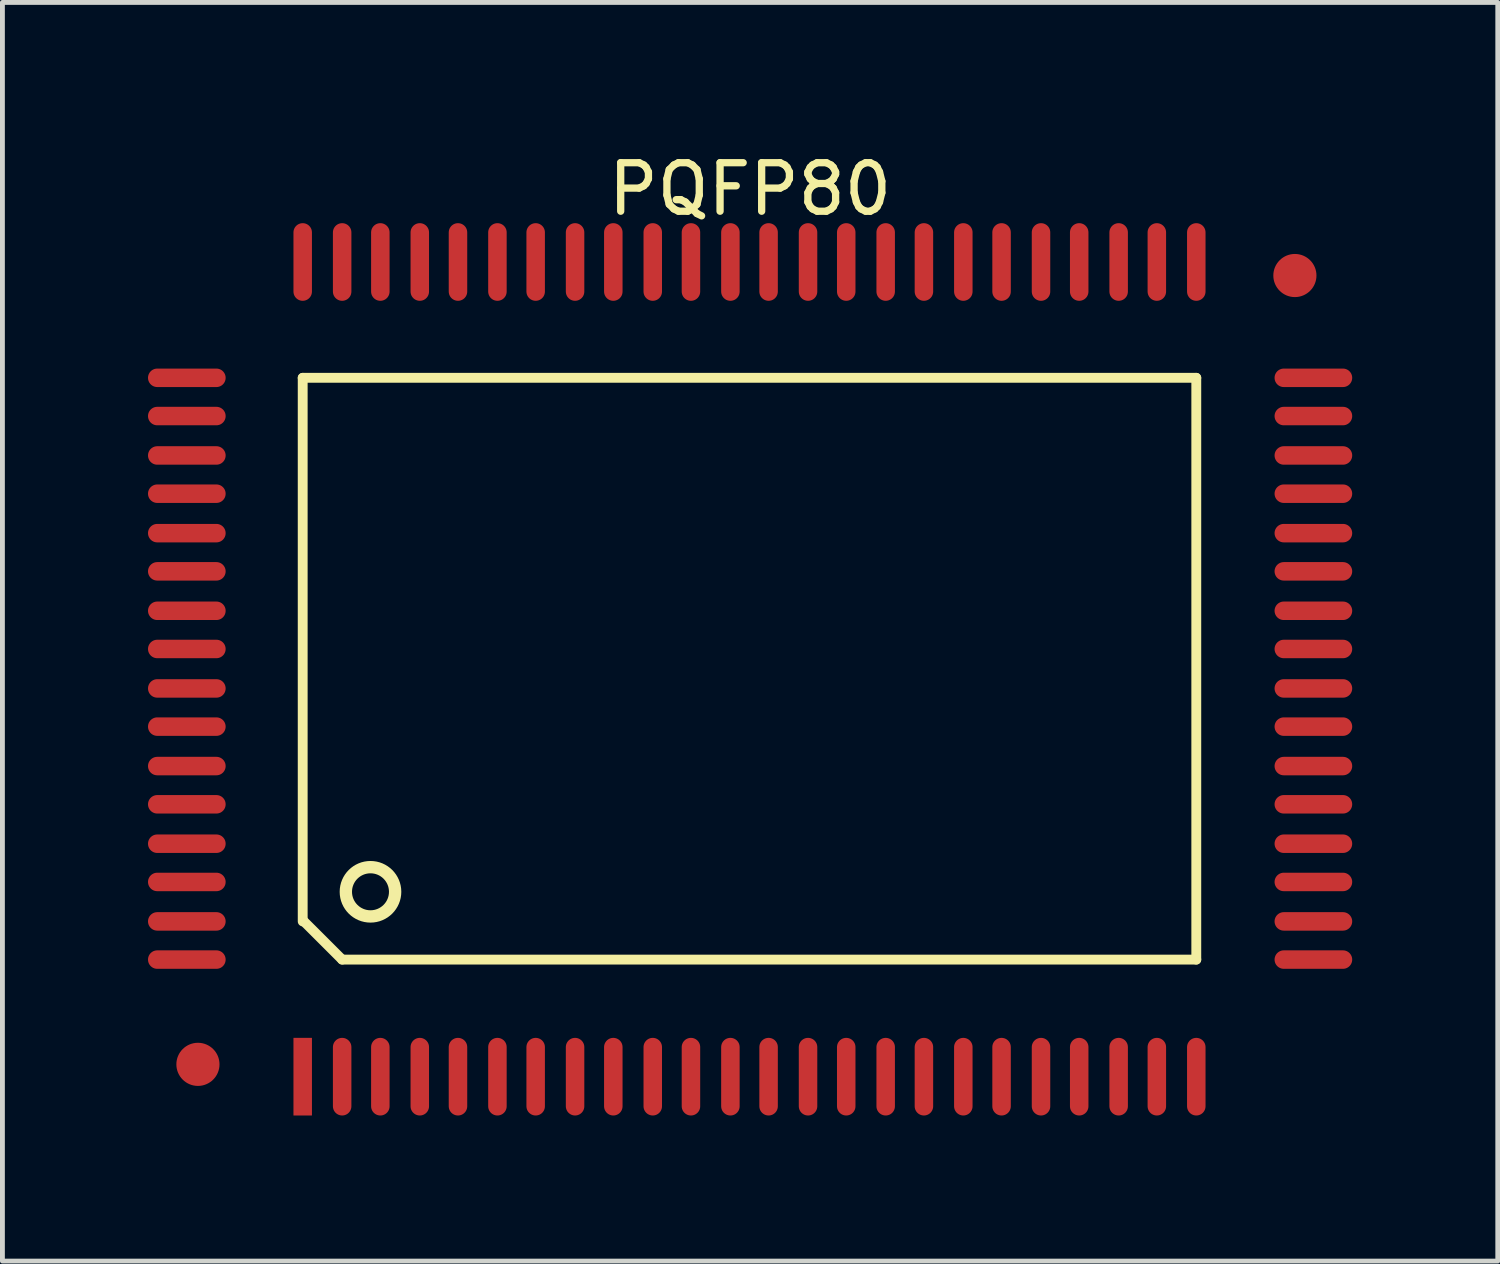
<source format=kicad_pcb>
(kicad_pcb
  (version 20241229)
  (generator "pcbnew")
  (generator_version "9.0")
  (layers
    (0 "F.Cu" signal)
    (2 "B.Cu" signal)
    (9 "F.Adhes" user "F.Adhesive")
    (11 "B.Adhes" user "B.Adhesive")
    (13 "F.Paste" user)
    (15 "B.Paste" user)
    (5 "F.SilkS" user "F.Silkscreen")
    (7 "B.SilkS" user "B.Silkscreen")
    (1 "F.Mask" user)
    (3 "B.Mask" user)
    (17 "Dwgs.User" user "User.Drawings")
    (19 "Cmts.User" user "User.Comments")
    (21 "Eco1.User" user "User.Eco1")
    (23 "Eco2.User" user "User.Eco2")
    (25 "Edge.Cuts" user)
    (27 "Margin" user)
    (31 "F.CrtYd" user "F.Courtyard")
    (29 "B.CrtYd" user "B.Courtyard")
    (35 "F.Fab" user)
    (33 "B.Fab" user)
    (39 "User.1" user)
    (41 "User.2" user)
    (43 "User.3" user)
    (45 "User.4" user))
  (footprint "PQFP80"
    (layer "F.Cu")
    (at 3.188 19.138)
    (property "Reference" "PQFP80" (at 9.22 -18.29 0) (layer "F.SilkS") (effects (font (size 1 1) (thickness 0.15))))
    (fp_line (start 0 -14.402) (end 18.415 -14.402) (stroke (width 0.203) (type solid)) (layer "F.SilkS"))
    (fp_line (start 0 -3.2) (end 0 -14.402) (stroke (width 0.203) (type solid)) (layer "F.SilkS"))
    (fp_line (start 0.025 -3.2) (end 0.813 -2.413) (stroke (width 0.203) (type solid)) (layer "F.SilkS"))
    (fp_line (start 0.813 -2.413) (end 18.415 -2.413) (stroke (width 0.203) (type solid)) (layer "F.SilkS"))
    (fp_line (start 18.415 -2.413) (end 18.415 -14.402) (stroke (width 0.203) (type solid)) (layer "F.SilkS"))
    (fp_circle (center 1.397 -3.81) (end 1.397 -4.318) (stroke (width 0.254) (type solid)) (fill no) (layer "F.SilkS"))
    (pad "0" smd circle (at -2.159 -0.254) (size 0.889 0.889) (layers "F.Cu" "F.Mask" "F.Paste"))
    (pad "0" smd circle (at 20.447 -16.51) (size 0.889 0.889) (layers "F.Cu" "F.Mask" "F.Paste"))
    (pad "1" smd rect (at 0 0) (size 0.381 1.6) (layers "F.Cu" "F.Mask" "F.Paste"))
    (pad "2" smd oval (at 0.813 0) (size 0.381 1.6) (layers "F.Cu" "F.Mask" "F.Paste"))
    (pad "3" smd oval (at 1.6 0) (size 0.381 1.6) (layers "F.Cu" "F.Mask" "F.Paste"))
    (pad "4" smd oval (at 2.413 0) (size 0.381 1.6) (layers "F.Cu" "F.Mask" "F.Paste"))
    (pad "5" smd oval (at 3.2 0) (size 0.381 1.6) (layers "F.Cu" "F.Mask" "F.Paste"))
    (pad "6" smd oval (at 4.013 0) (size 0.381 1.6) (layers "F.Cu" "F.Mask" "F.Paste"))
    (pad "7" smd oval (at 4.801 0) (size 0.381 1.6) (layers "F.Cu" "F.Mask" "F.Paste"))
    (pad "8" smd oval (at 5.613 0) (size 0.381 1.6) (layers "F.Cu" "F.Mask" "F.Paste"))
    (pad "9" smd oval (at 6.401 0) (size 0.381 1.6) (layers "F.Cu" "F.Mask" "F.Paste"))
    (pad "10" smd oval (at 7.214 0) (size 0.381 1.6) (layers "F.Cu" "F.Mask" "F.Paste"))
    (pad "11" smd oval (at 8.001 0) (size 0.381 1.6) (layers "F.Cu" "F.Mask" "F.Paste"))
    (pad "12" smd oval (at 8.814 0) (size 0.381 1.6) (layers "F.Cu" "F.Mask" "F.Paste"))
    (pad "13" smd oval (at 9.601 0) (size 0.381 1.6) (layers "F.Cu" "F.Mask" "F.Paste"))
    (pad "14" smd oval (at 10.414 0) (size 0.381 1.6) (layers "F.Cu" "F.Mask" "F.Paste"))
    (pad "15" smd oval (at 11.201 0) (size 0.381 1.6) (layers "F.Cu" "F.Mask" "F.Paste"))
    (pad "16" smd oval (at 12.014 0) (size 0.381 1.6) (layers "F.Cu" "F.Mask" "F.Paste"))
    (pad "17" smd oval (at 12.802 0) (size 0.381 1.6) (layers "F.Cu" "F.Mask" "F.Paste"))
    (pad "18" smd oval (at 13.614 0) (size 0.381 1.6) (layers "F.Cu" "F.Mask" "F.Paste"))
    (pad "19" smd oval (at 14.402 0) (size 0.381 1.6) (layers "F.Cu" "F.Mask" "F.Paste"))
    (pad "20" smd oval (at 15.215 0) (size 0.381 1.6) (layers "F.Cu" "F.Mask" "F.Paste"))
    (pad "21" smd oval (at 16.002 0) (size 0.381 1.6) (layers "F.Cu" "F.Mask" "F.Paste"))
    (pad "22" smd oval (at 16.815 0) (size 0.381 1.6) (layers "F.Cu" "F.Mask" "F.Paste"))
    (pad "23" smd oval (at 17.602 0) (size 0.381 1.6) (layers "F.Cu" "F.Mask" "F.Paste"))
    (pad "24" smd oval (at 18.415 0) (size 0.381 1.6) (layers "F.Cu" "F.Mask" "F.Paste"))
    (pad "25" smd oval (at 20.828 -2.413) (size 1.6 0.381) (layers "F.Cu" "F.Mask" "F.Paste"))
    (pad "26" smd oval (at 20.828 -3.2) (size 1.6 0.381) (layers "F.Cu" "F.Mask" "F.Paste"))
    (pad "27" smd oval (at 20.828 -4.013) (size 1.6 0.381) (layers "F.Cu" "F.Mask" "F.Paste"))
    (pad "28" smd oval (at 20.828 -4.801) (size 1.6 0.381) (layers "F.Cu" "F.Mask" "F.Paste"))
    (pad "29" smd oval (at 20.828 -5.613) (size 1.6 0.381) (layers "F.Cu" "F.Mask" "F.Paste"))
    (pad "30" smd oval (at 20.828 -6.401) (size 1.6 0.381) (layers "F.Cu" "F.Mask" "F.Paste"))
    (pad "31" smd oval (at 20.828 -7.214) (size 1.6 0.381) (layers "F.Cu" "F.Mask" "F.Paste"))
    (pad "32" smd oval (at 20.828 -8.001) (size 1.6 0.381) (layers "F.Cu" "F.Mask" "F.Paste"))
    (pad "33" smd oval (at 20.828 -8.814) (size 1.6 0.381) (layers "F.Cu" "F.Mask" "F.Paste"))
    (pad "34" smd oval (at 20.828 -9.601) (size 1.6 0.381) (layers "F.Cu" "F.Mask" "F.Paste"))
    (pad "35" smd oval (at 20.828 -10.414) (size 1.6 0.381) (layers "F.Cu" "F.Mask" "F.Paste"))
    (pad "36" smd oval (at 20.828 -11.201) (size 1.6 0.381) (layers "F.Cu" "F.Mask" "F.Paste"))
    (pad "37" smd oval (at 20.828 -12.014) (size 1.6 0.381) (layers "F.Cu" "F.Mask" "F.Paste"))
    (pad "38" smd oval (at 20.828 -12.802) (size 1.6 0.381) (layers "F.Cu" "F.Mask" "F.Paste"))
    (pad "39" smd oval (at 20.828 -13.614) (size 1.6 0.381) (layers "F.Cu" "F.Mask" "F.Paste"))
    (pad "40" smd oval (at 20.828 -14.402) (size 1.6 0.381) (layers "F.Cu" "F.Mask" "F.Paste"))
    (pad "41" smd oval (at 18.415 -16.789) (size 0.381 1.6) (layers "F.Cu" "F.Mask" "F.Paste"))
    (pad "42" smd oval (at 17.602 -16.789) (size 0.381 1.6) (layers "F.Cu" "F.Mask" "F.Paste"))
    (pad "43" smd oval (at 16.815 -16.789) (size 0.381 1.6) (layers "F.Cu" "F.Mask" "F.Paste"))
    (pad "44" smd oval (at 16.002 -16.789) (size 0.381 1.6) (layers "F.Cu" "F.Mask" "F.Paste"))
    (pad "45" smd oval (at 15.215 -16.789) (size 0.381 1.6) (layers "F.Cu" "F.Mask" "F.Paste"))
    (pad "46" smd oval (at 14.402 -16.789) (size 0.381 1.6) (layers "F.Cu" "F.Mask" "F.Paste"))
    (pad "47" smd oval (at 13.614 -16.789) (size 0.381 1.6) (layers "F.Cu" "F.Mask" "F.Paste"))
    (pad "48" smd oval (at 12.802 -16.789) (size 0.381 1.6) (layers "F.Cu" "F.Mask" "F.Paste"))
    (pad "49" smd oval (at 12.014 -16.789) (size 0.381 1.6) (layers "F.Cu" "F.Mask" "F.Paste"))
    (pad "50" smd oval (at 11.201 -16.789) (size 0.381 1.6) (layers "F.Cu" "F.Mask" "F.Paste"))
    (pad "51" smd oval (at 10.414 -16.789) (size 0.381 1.6) (layers "F.Cu" "F.Mask" "F.Paste"))
    (pad "52" smd oval (at 9.601 -16.789) (size 0.381 1.6) (layers "F.Cu" "F.Mask" "F.Paste"))
    (pad "53" smd oval (at 8.814 -16.789) (size 0.381 1.6) (layers "F.Cu" "F.Mask" "F.Paste"))
    (pad "54" smd oval (at 8.001 -16.789) (size 0.381 1.6) (layers "F.Cu" "F.Mask" "F.Paste"))
    (pad "55" smd oval (at 7.214 -16.789) (size 0.381 1.6) (layers "F.Cu" "F.Mask" "F.Paste"))
    (pad "56" smd oval (at 6.401 -16.789) (size 0.381 1.6) (layers "F.Cu" "F.Mask" "F.Paste"))
    (pad "57" smd oval (at 5.613 -16.789) (size 0.381 1.6) (layers "F.Cu" "F.Mask" "F.Paste"))
    (pad "58" smd oval (at 4.801 -16.789) (size 0.381 1.6) (layers "F.Cu" "F.Mask" "F.Paste"))
    (pad "59" smd oval (at 4.013 -16.789) (size 0.381 1.6) (layers "F.Cu" "F.Mask" "F.Paste"))
    (pad "60" smd oval (at 3.2 -16.789) (size 0.381 1.6) (layers "F.Cu" "F.Mask" "F.Paste"))
    (pad "61" smd oval (at 2.413 -16.789) (size 0.381 1.6) (layers "F.Cu" "F.Mask" "F.Paste"))
    (pad "62" smd oval (at 1.6 -16.789) (size 0.381 1.6) (layers "F.Cu" "F.Mask" "F.Paste"))
    (pad "63" smd oval (at 0.813 -16.789) (size 0.381 1.6) (layers "F.Cu" "F.Mask" "F.Paste"))
    (pad "64" smd oval (at 0 -16.789) (size 0.381 1.6) (layers "F.Cu" "F.Mask" "F.Paste"))
    (pad "65" smd oval (at -2.388 -14.402) (size 1.6 0.381) (layers "F.Cu" "F.Mask" "F.Paste"))
    (pad "66" smd oval (at -2.388 -13.614) (size 1.6 0.381) (layers "F.Cu" "F.Mask" "F.Paste"))
    (pad "67" smd oval (at -2.388 -12.802) (size 1.6 0.381) (layers "F.Cu" "F.Mask" "F.Paste"))
    (pad "68" smd oval (at -2.388 -12.014) (size 1.6 0.381) (layers "F.Cu" "F.Mask" "F.Paste"))
    (pad "69" smd oval (at -2.388 -11.201) (size 1.6 0.381) (layers "F.Cu" "F.Mask" "F.Paste"))
    (pad "70" smd oval (at -2.388 -10.414) (size 1.6 0.381) (layers "F.Cu" "F.Mask" "F.Paste"))
    (pad "71" smd oval (at -2.388 -9.601) (size 1.6 0.381) (layers "F.Cu" "F.Mask" "F.Paste"))
    (pad "72" smd oval (at -2.388 -8.814) (size 1.6 0.381) (layers "F.Cu" "F.Mask" "F.Paste"))
    (pad "73" smd oval (at -2.388 -8.001) (size 1.6 0.381) (layers "F.Cu" "F.Mask" "F.Paste"))
    (pad "74" smd oval (at -2.388 -7.214) (size 1.6 0.381) (layers "F.Cu" "F.Mask" "F.Paste"))
    (pad "75" smd oval (at -2.388 -6.401) (size 1.6 0.381) (layers "F.Cu" "F.Mask" "F.Paste"))
    (pad "76" smd oval (at -2.388 -5.613) (size 1.6 0.381) (layers "F.Cu" "F.Mask" "F.Paste"))
    (pad "77" smd oval (at -2.388 -4.801) (size 1.6 0.381) (layers "F.Cu" "F.Mask" "F.Paste"))
    (pad "78" smd oval (at -2.388 -4.013) (size 1.6 0.381) (layers "F.Cu" "F.Mask" "F.Paste"))
    (pad "79" smd oval (at -2.388 -3.2) (size 1.6 0.381) (layers "F.Cu" "F.Mask" "F.Paste"))
    (pad "80" smd oval (at -2.388 -2.413) (size 1.6 0.381) (layers "F.Cu" "F.Mask" "F.Paste")))
  (gr_rect
    (start -3 -3)
    (end 27.816 22.938)
    (stroke (width 0.1) (type default))
    (fill no)
    (layer "Edge.Cuts")))
</source>
